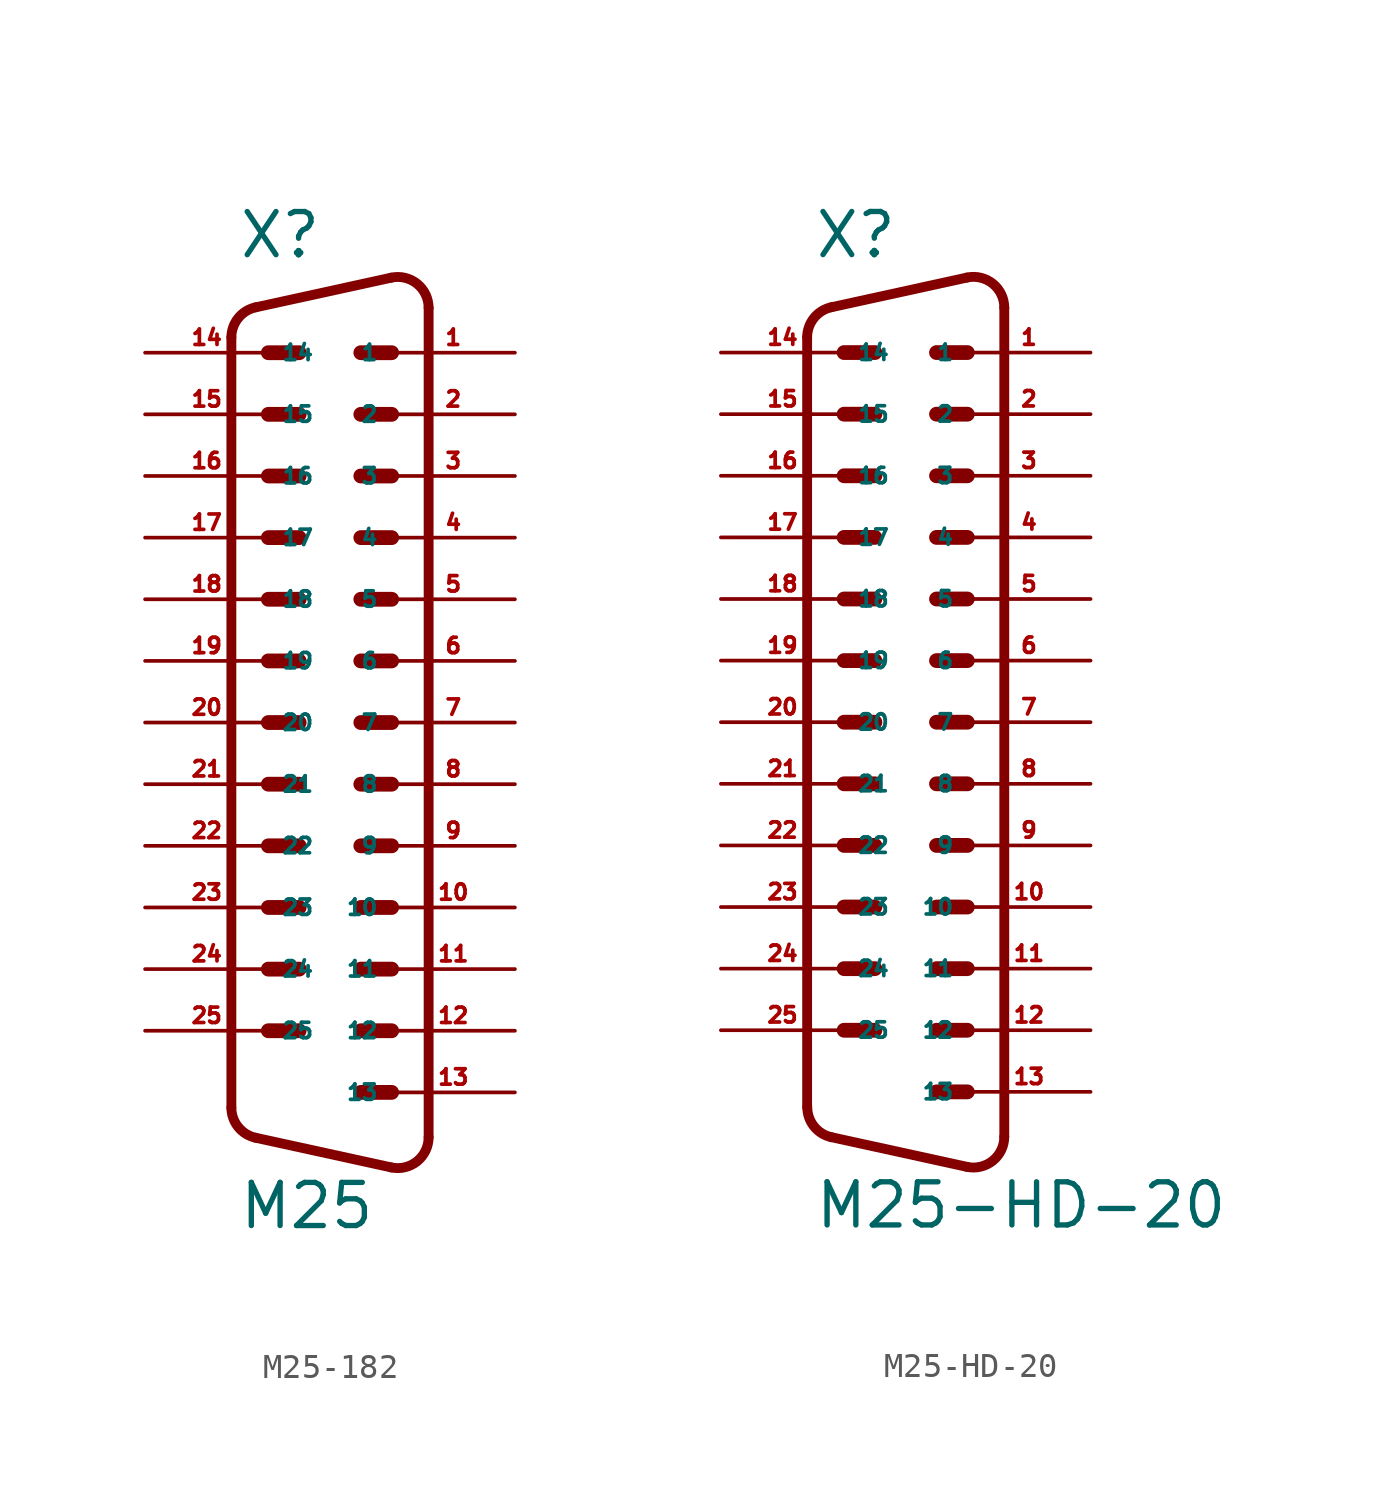
<source format=kicad_sym>
(kicad_symbol_lib
  (version 20220914)
  (generator Eagle2Kicad)
  (symbol "M25-182"
    (property "Reference" "X"
      (at -3.81 16.51 0)
      (effects (font (size 1.778 1.778) (thickness 0.22)) (justify left bottom)))
    (property "Value" "M25"
      (at -3.81 -23.495 0)
      (effects (font (size 1.778 1.778) (thickness 0.22)) (justify left bottom)))
    (polyline
      (pts (xy 1.27 12.7) (xy 2.54 12.7))
      (stroke (width 0.61) (type default))
      (fill (type none)))
    (polyline
      (pts (xy -2.54 12.7) (xy -1.27 12.7))
      (stroke (width 0.61) (type default))
      (fill (type none)))
    (polyline
      (pts (xy 1.27 7.62) (xy 2.54 7.62))
      (stroke (width 0.61) (type default))
      (fill (type none)))
    (polyline
      (pts (xy -2.54 10.16) (xy -1.27 10.16))
      (stroke (width 0.61) (type default))
      (fill (type none)))
    (polyline
      (pts (xy 1.27 2.54) (xy 2.54 2.54))
      (stroke (width 0.61) (type default))
      (fill (type none)))
    (polyline
      (pts (xy -2.54 7.62) (xy -1.27 7.62))
      (stroke (width 0.61) (type default))
      (fill (type none)))
    (polyline
      (pts (xy 1.27 -2.54) (xy 2.54 -2.54))
      (stroke (width 0.61) (type default))
      (fill (type none)))
    (polyline
      (pts (xy -2.54 5.08) (xy -1.27 5.08))
      (stroke (width 0.61) (type default))
      (fill (type none)))
    (polyline
      (pts (xy 1.27 -7.62) (xy 2.54 -7.62))
      (stroke (width 0.61) (type default))
      (fill (type none)))
    (polyline
      (pts (xy -2.54 2.54) (xy -1.27 2.54))
      (stroke (width 0.61) (type default))
      (fill (type none)))
    (polyline
      (pts (xy 1.27 -12.7) (xy 2.54 -12.7))
      (stroke (width 0.61) (type default))
      (fill (type none)))
    (polyline
      (pts (xy -2.54 0) (xy -1.27 0))
      (stroke (width 0.61) (type default))
      (fill (type none)))
    (polyline
      (pts (xy 1.27 -17.78) (xy 2.54 -17.78))
      (stroke (width 0.61) (type default))
      (fill (type none)))
    (polyline
      (pts (xy -2.54 -2.54) (xy -1.27 -2.54))
      (stroke (width 0.61) (type default))
      (fill (type none)))
    (polyline
      (pts (xy 1.27 10.16) (xy 2.54 10.16))
      (stroke (width 0.61) (type default))
      (fill (type none)))
    (polyline
      (pts (xy -2.54 -5.08) (xy -1.27 -5.08))
      (stroke (width 0.61) (type default))
      (fill (type none)))
    (polyline
      (pts (xy 1.27 5.08) (xy 2.54 5.08))
      (stroke (width 0.61) (type default))
      (fill (type none)))
    (polyline
      (pts (xy -2.54 -7.62) (xy -1.27 -7.62))
      (stroke (width 0.61) (type default))
      (fill (type none)))
    (polyline
      (pts (xy 1.27 0) (xy 2.54 0))
      (stroke (width 0.61) (type default))
      (fill (type none)))
    (polyline
      (pts (xy -2.54 -10.16) (xy -1.27 -10.16))
      (stroke (width 0.61) (type default))
      (fill (type none)))
    (polyline
      (pts (xy 1.27 -5.08) (xy 2.54 -5.08))
      (stroke (width 0.61) (type default))
      (fill (type none)))
    (polyline
      (pts (xy -2.54 -12.7) (xy -1.27 -12.7))
      (stroke (width 0.61) (type default))
      (fill (type none)))
    (polyline
      (pts (xy 1.27 -10.16) (xy 2.54 -10.16))
      (stroke (width 0.61) (type default))
      (fill (type none)))
    (polyline
      (pts (xy -2.54 -15.24) (xy -1.27 -15.24))
      (stroke (width 0.61) (type default))
      (fill (type none)))
    (polyline
      (pts (xy 1.27 -15.24) (xy 2.54 -15.24))
      (stroke (width 0.61) (type default))
      (fill (type none)))
    (arc
      (start 2.5226 -20.8718)
      (mid 3.590 -20.620)
      (end 4.0637 -19.6312)
      (stroke (width 0.4064) (type default))
      (fill (type none)))
    (polyline
      (pts (xy 2.523 -20.872) (xy -3.065 -19.649))
      (stroke (width 0.406) (type default))
      (fill (type none)))
    (arc
      (start -4.064 -18.4088)
      (mid -3.783 -19.205)
      (end -3.0654 -19.6494)
      (stroke (width 0.4064) (type default))
      (fill (type none)))
    (polyline
      (pts (xy -4.064 13.329) (xy -4.064 -18.409))
      (stroke (width 0.406) (type default))
      (fill (type none)))
    (arc
      (start -3.0654 14.5694)
      (mid -3.783 14.125)
      (end -4.064 13.3288)
      (stroke (width 0.4064) (type default))
      (fill (type none)))
    (polyline
      (pts (xy 4.064 14.551) (xy 4.064 -19.631))
      (stroke (width 0.406) (type default))
      (fill (type none)))
    (polyline
      (pts (xy 2.523 15.792) (xy -3.065 14.569))
      (stroke (width 0.406) (type default))
      (fill (type none)))
    (arc
      (start 4.064 14.5512)
      (mid 3.590 15.541)
      (end 2.5226 15.7919)
      (stroke (width 0.4064) (type default))
      (fill (type none)))
    (pin passive line
      (at 7.62 12.7 180)
      (length 5.08)
      (name "1" (effects (font (size 0.635 0.635) (thickness 0.08)) (justify left bottom)))
      (number "1" (effects (font (size 0.635 0.635) (thickness 0.08)) (justify left bottom))))
    (pin passive line
      (at -7.62 12.7 0)
      (length 5.08)
      (name "14" (effects (font (size 0.635 0.635) (thickness 0.08)) (justify left bottom)))
      (number "14" (effects (font (size 0.635 0.635) (thickness 0.08)) (justify left bottom))))
    (pin passive line
      (at 7.62 10.16 180)
      (length 5.08)
      (name "2" (effects (font (size 0.635 0.635) (thickness 0.08)) (justify left bottom)))
      (number "2" (effects (font (size 0.635 0.635) (thickness 0.08)) (justify left bottom))))
    (pin passive line
      (at -7.62 10.16 0)
      (length 5.08)
      (name "15" (effects (font (size 0.635 0.635) (thickness 0.08)) (justify left bottom)))
      (number "15" (effects (font (size 0.635 0.635) (thickness 0.08)) (justify left bottom))))
    (pin passive line
      (at 7.62 7.62 180)
      (length 5.08)
      (name "3" (effects (font (size 0.635 0.635) (thickness 0.08)) (justify left bottom)))
      (number "3" (effects (font (size 0.635 0.635) (thickness 0.08)) (justify left bottom))))
    (pin passive line
      (at -7.62 7.62 0)
      (length 5.08)
      (name "16" (effects (font (size 0.635 0.635) (thickness 0.08)) (justify left bottom)))
      (number "16" (effects (font (size 0.635 0.635) (thickness 0.08)) (justify left bottom))))
    (pin passive line
      (at 7.62 5.08 180)
      (length 5.08)
      (name "4" (effects (font (size 0.635 0.635) (thickness 0.08)) (justify left bottom)))
      (number "4" (effects (font (size 0.635 0.635) (thickness 0.08)) (justify left bottom))))
    (pin passive line
      (at -7.62 5.08 0)
      (length 5.08)
      (name "17" (effects (font (size 0.635 0.635) (thickness 0.08)) (justify left bottom)))
      (number "17" (effects (font (size 0.635 0.635) (thickness 0.08)) (justify left bottom))))
    (pin passive line
      (at 7.62 2.54 180)
      (length 5.08)
      (name "5" (effects (font (size 0.635 0.635) (thickness 0.08)) (justify left bottom)))
      (number "5" (effects (font (size 0.635 0.635) (thickness 0.08)) (justify left bottom))))
    (pin passive line
      (at -7.62 2.54 0)
      (length 5.08)
      (name "18" (effects (font (size 0.635 0.635) (thickness 0.08)) (justify left bottom)))
      (number "18" (effects (font (size 0.635 0.635) (thickness 0.08)) (justify left bottom))))
    (pin passive line
      (at 7.62 0 180)
      (length 5.08)
      (name "6" (effects (font (size 0.635 0.635) (thickness 0.08)) (justify left bottom)))
      (number "6" (effects (font (size 0.635 0.635) (thickness 0.08)) (justify left bottom))))
    (pin passive line
      (at -7.62 0 0)
      (length 5.08)
      (name "19" (effects (font (size 0.635 0.635) (thickness 0.08)) (justify left bottom)))
      (number "19" (effects (font (size 0.635 0.635) (thickness 0.08)) (justify left bottom))))
    (pin passive line
      (at 7.62 -2.54 180)
      (length 5.08)
      (name "7" (effects (font (size 0.635 0.635) (thickness 0.08)) (justify left bottom)))
      (number "7" (effects (font (size 0.635 0.635) (thickness 0.08)) (justify left bottom))))
    (pin passive line
      (at -7.62 -2.54 0)
      (length 5.08)
      (name "20" (effects (font (size 0.635 0.635) (thickness 0.08)) (justify left bottom)))
      (number "20" (effects (font (size 0.635 0.635) (thickness 0.08)) (justify left bottom))))
    (pin passive line
      (at 7.62 -5.08 180)
      (length 5.08)
      (name "8" (effects (font (size 0.635 0.635) (thickness 0.08)) (justify left bottom)))
      (number "8" (effects (font (size 0.635 0.635) (thickness 0.08)) (justify left bottom))))
    (pin passive line
      (at -7.62 -5.08 0)
      (length 5.08)
      (name "21" (effects (font (size 0.635 0.635) (thickness 0.08)) (justify left bottom)))
      (number "21" (effects (font (size 0.635 0.635) (thickness 0.08)) (justify left bottom))))
    (pin passive line
      (at 7.62 -7.62 180)
      (length 5.08)
      (name "9" (effects (font (size 0.635 0.635) (thickness 0.08)) (justify left bottom)))
      (number "9" (effects (font (size 0.635 0.635) (thickness 0.08)) (justify left bottom))))
    (pin passive line
      (at -7.62 -7.62 0)
      (length 5.08)
      (name "22" (effects (font (size 0.635 0.635) (thickness 0.08)) (justify left bottom)))
      (number "22" (effects (font (size 0.635 0.635) (thickness 0.08)) (justify left bottom))))
    (pin passive line
      (at 7.62 -10.16 180)
      (length 5.08)
      (name "10" (effects (font (size 0.635 0.635) (thickness 0.08)) (justify left bottom)))
      (number "10" (effects (font (size 0.635 0.635) (thickness 0.08)) (justify left bottom))))
    (pin passive line
      (at -7.62 -10.16 0)
      (length 5.08)
      (name "23" (effects (font (size 0.635 0.635) (thickness 0.08)) (justify left bottom)))
      (number "23" (effects (font (size 0.635 0.635) (thickness 0.08)) (justify left bottom))))
    (pin passive line
      (at 7.62 -12.7 180)
      (length 5.08)
      (name "11" (effects (font (size 0.635 0.635) (thickness 0.08)) (justify left bottom)))
      (number "11" (effects (font (size 0.635 0.635) (thickness 0.08)) (justify left bottom))))
    (pin passive line
      (at -7.62 -12.7 0)
      (length 5.08)
      (name "24" (effects (font (size 0.635 0.635) (thickness 0.08)) (justify left bottom)))
      (number "24" (effects (font (size 0.635 0.635) (thickness 0.08)) (justify left bottom))))
    (pin passive line
      (at 7.62 -15.24 180)
      (length 5.08)
      (name "12" (effects (font (size 0.635 0.635) (thickness 0.08)) (justify left bottom)))
      (number "12" (effects (font (size 0.635 0.635) (thickness 0.08)) (justify left bottom))))
    (pin passive line
      (at -7.62 -15.24 0)
      (length 5.08)
      (name "25" (effects (font (size 0.635 0.635) (thickness 0.08)) (justify left bottom)))
      (number "25" (effects (font (size 0.635 0.635) (thickness 0.08)) (justify left bottom))))
    (pin passive line
      (at 7.62 -17.78 180)
      (length 5.08)
      (name "13" (effects (font (size 0.635 0.635) (thickness 0.08)) (justify left bottom)))
      (number "13" (effects (font (size 0.635 0.635) (thickness 0.08)) (justify left bottom)))))
  (symbol "M25-HD-20"
    (property "Reference" "X"
      (at -3.81 16.51 0)
      (effects (font (size 1.778 1.778) (thickness 0.22)) (justify left bottom)))
    (property "Value" "M25-HD-20"
      (at -3.81 -23.495 0)
      (effects (font (size 1.778 1.778) (thickness 0.22)) (justify left bottom)))
    (polyline
      (pts (xy 1.27 12.7) (xy 2.54 12.7))
      (stroke (width 0.61) (type default))
      (fill (type none)))
    (polyline
      (pts (xy -2.54 12.7) (xy -1.27 12.7))
      (stroke (width 0.61) (type default))
      (fill (type none)))
    (polyline
      (pts (xy 1.27 7.62) (xy 2.54 7.62))
      (stroke (width 0.61) (type default))
      (fill (type none)))
    (polyline
      (pts (xy -2.54 10.16) (xy -1.27 10.16))
      (stroke (width 0.61) (type default))
      (fill (type none)))
    (polyline
      (pts (xy 1.27 2.54) (xy 2.54 2.54))
      (stroke (width 0.61) (type default))
      (fill (type none)))
    (polyline
      (pts (xy -2.54 7.62) (xy -1.27 7.62))
      (stroke (width 0.61) (type default))
      (fill (type none)))
    (polyline
      (pts (xy 1.27 -2.54) (xy 2.54 -2.54))
      (stroke (width 0.61) (type default))
      (fill (type none)))
    (polyline
      (pts (xy -2.54 5.08) (xy -1.27 5.08))
      (stroke (width 0.61) (type default))
      (fill (type none)))
    (polyline
      (pts (xy 1.27 -7.62) (xy 2.54 -7.62))
      (stroke (width 0.61) (type default))
      (fill (type none)))
    (polyline
      (pts (xy -2.54 2.54) (xy -1.27 2.54))
      (stroke (width 0.61) (type default))
      (fill (type none)))
    (polyline
      (pts (xy 1.27 -12.7) (xy 2.54 -12.7))
      (stroke (width 0.61) (type default))
      (fill (type none)))
    (polyline
      (pts (xy -2.54 0) (xy -1.27 0))
      (stroke (width 0.61) (type default))
      (fill (type none)))
    (polyline
      (pts (xy 1.27 -17.78) (xy 2.54 -17.78))
      (stroke (width 0.61) (type default))
      (fill (type none)))
    (polyline
      (pts (xy -2.54 -2.54) (xy -1.27 -2.54))
      (stroke (width 0.61) (type default))
      (fill (type none)))
    (polyline
      (pts (xy 1.27 10.16) (xy 2.54 10.16))
      (stroke (width 0.61) (type default))
      (fill (type none)))
    (polyline
      (pts (xy -2.54 -5.08) (xy -1.27 -5.08))
      (stroke (width 0.61) (type default))
      (fill (type none)))
    (polyline
      (pts (xy 1.27 5.08) (xy 2.54 5.08))
      (stroke (width 0.61) (type default))
      (fill (type none)))
    (polyline
      (pts (xy -2.54 -7.62) (xy -1.27 -7.62))
      (stroke (width 0.61) (type default))
      (fill (type none)))
    (polyline
      (pts (xy 1.27 0) (xy 2.54 0))
      (stroke (width 0.61) (type default))
      (fill (type none)))
    (polyline
      (pts (xy -2.54 -10.16) (xy -1.27 -10.16))
      (stroke (width 0.61) (type default))
      (fill (type none)))
    (polyline
      (pts (xy 1.27 -5.08) (xy 2.54 -5.08))
      (stroke (width 0.61) (type default))
      (fill (type none)))
    (polyline
      (pts (xy -2.54 -12.7) (xy -1.27 -12.7))
      (stroke (width 0.61) (type default))
      (fill (type none)))
    (polyline
      (pts (xy 1.27 -10.16) (xy 2.54 -10.16))
      (stroke (width 0.61) (type default))
      (fill (type none)))
    (polyline
      (pts (xy -2.54 -15.24) (xy -1.27 -15.24))
      (stroke (width 0.61) (type default))
      (fill (type none)))
    (polyline
      (pts (xy 1.27 -15.24) (xy 2.54 -15.24))
      (stroke (width 0.61) (type default))
      (fill (type none)))
    (arc
      (start 2.5226 -20.8718)
      (mid 3.590 -20.620)
      (end 4.0637 -19.6312)
      (stroke (width 0.4064) (type default))
      (fill (type none)))
    (polyline
      (pts (xy 2.523 -20.872) (xy -3.065 -19.649))
      (stroke (width 0.406) (type default))
      (fill (type none)))
    (arc
      (start -4.064 -18.4088)
      (mid -3.783 -19.205)
      (end -3.0654 -19.6494)
      (stroke (width 0.4064) (type default))
      (fill (type none)))
    (polyline
      (pts (xy -4.064 13.329) (xy -4.064 -18.409))
      (stroke (width 0.406) (type default))
      (fill (type none)))
    (arc
      (start -3.0654 14.5694)
      (mid -3.783 14.125)
      (end -4.064 13.3288)
      (stroke (width 0.4064) (type default))
      (fill (type none)))
    (polyline
      (pts (xy 4.064 14.551) (xy 4.064 -19.631))
      (stroke (width 0.406) (type default))
      (fill (type none)))
    (polyline
      (pts (xy 2.523 15.792) (xy -3.065 14.569))
      (stroke (width 0.406) (type default))
      (fill (type none)))
    (arc
      (start 4.064 14.5512)
      (mid 3.590 15.541)
      (end 2.5226 15.7919)
      (stroke (width 0.4064) (type default))
      (fill (type none)))
    (pin passive line
      (at 7.62 12.7 180)
      (length 5.08)
      (name "1" (effects (font (size 0.635 0.635) (thickness 0.08)) (justify left bottom)))
      (number "1" (effects (font (size 0.635 0.635) (thickness 0.08)) (justify left bottom))))
    (pin passive line
      (at -7.62 12.7 0)
      (length 5.08)
      (name "14" (effects (font (size 0.635 0.635) (thickness 0.08)) (justify left bottom)))
      (number "14" (effects (font (size 0.635 0.635) (thickness 0.08)) (justify left bottom))))
    (pin passive line
      (at 7.62 10.16 180)
      (length 5.08)
      (name "2" (effects (font (size 0.635 0.635) (thickness 0.08)) (justify left bottom)))
      (number "2" (effects (font (size 0.635 0.635) (thickness 0.08)) (justify left bottom))))
    (pin passive line
      (at -7.62 10.16 0)
      (length 5.08)
      (name "15" (effects (font (size 0.635 0.635) (thickness 0.08)) (justify left bottom)))
      (number "15" (effects (font (size 0.635 0.635) (thickness 0.08)) (justify left bottom))))
    (pin passive line
      (at 7.62 7.62 180)
      (length 5.08)
      (name "3" (effects (font (size 0.635 0.635) (thickness 0.08)) (justify left bottom)))
      (number "3" (effects (font (size 0.635 0.635) (thickness 0.08)) (justify left bottom))))
    (pin passive line
      (at -7.62 7.62 0)
      (length 5.08)
      (name "16" (effects (font (size 0.635 0.635) (thickness 0.08)) (justify left bottom)))
      (number "16" (effects (font (size 0.635 0.635) (thickness 0.08)) (justify left bottom))))
    (pin passive line
      (at 7.62 5.08 180)
      (length 5.08)
      (name "4" (effects (font (size 0.635 0.635) (thickness 0.08)) (justify left bottom)))
      (number "4" (effects (font (size 0.635 0.635) (thickness 0.08)) (justify left bottom))))
    (pin passive line
      (at -7.62 5.08 0)
      (length 5.08)
      (name "17" (effects (font (size 0.635 0.635) (thickness 0.08)) (justify left bottom)))
      (number "17" (effects (font (size 0.635 0.635) (thickness 0.08)) (justify left bottom))))
    (pin passive line
      (at 7.62 2.54 180)
      (length 5.08)
      (name "5" (effects (font (size 0.635 0.635) (thickness 0.08)) (justify left bottom)))
      (number "5" (effects (font (size 0.635 0.635) (thickness 0.08)) (justify left bottom))))
    (pin passive line
      (at -7.62 2.54 0)
      (length 5.08)
      (name "18" (effects (font (size 0.635 0.635) (thickness 0.08)) (justify left bottom)))
      (number "18" (effects (font (size 0.635 0.635) (thickness 0.08)) (justify left bottom))))
    (pin passive line
      (at 7.62 0 180)
      (length 5.08)
      (name "6" (effects (font (size 0.635 0.635) (thickness 0.08)) (justify left bottom)))
      (number "6" (effects (font (size 0.635 0.635) (thickness 0.08)) (justify left bottom))))
    (pin passive line
      (at -7.62 0 0)
      (length 5.08)
      (name "19" (effects (font (size 0.635 0.635) (thickness 0.08)) (justify left bottom)))
      (number "19" (effects (font (size 0.635 0.635) (thickness 0.08)) (justify left bottom))))
    (pin passive line
      (at 7.62 -2.54 180)
      (length 5.08)
      (name "7" (effects (font (size 0.635 0.635) (thickness 0.08)) (justify left bottom)))
      (number "7" (effects (font (size 0.635 0.635) (thickness 0.08)) (justify left bottom))))
    (pin passive line
      (at -7.62 -2.54 0)
      (length 5.08)
      (name "20" (effects (font (size 0.635 0.635) (thickness 0.08)) (justify left bottom)))
      (number "20" (effects (font (size 0.635 0.635) (thickness 0.08)) (justify left bottom))))
    (pin passive line
      (at 7.62 -5.08 180)
      (length 5.08)
      (name "8" (effects (font (size 0.635 0.635) (thickness 0.08)) (justify left bottom)))
      (number "8" (effects (font (size 0.635 0.635) (thickness 0.08)) (justify left bottom))))
    (pin passive line
      (at -7.62 -5.08 0)
      (length 5.08)
      (name "21" (effects (font (size 0.635 0.635) (thickness 0.08)) (justify left bottom)))
      (number "21" (effects (font (size 0.635 0.635) (thickness 0.08)) (justify left bottom))))
    (pin passive line
      (at 7.62 -7.62 180)
      (length 5.08)
      (name "9" (effects (font (size 0.635 0.635) (thickness 0.08)) (justify left bottom)))
      (number "9" (effects (font (size 0.635 0.635) (thickness 0.08)) (justify left bottom))))
    (pin passive line
      (at -7.62 -7.62 0)
      (length 5.08)
      (name "22" (effects (font (size 0.635 0.635) (thickness 0.08)) (justify left bottom)))
      (number "22" (effects (font (size 0.635 0.635) (thickness 0.08)) (justify left bottom))))
    (pin passive line
      (at 7.62 -10.16 180)
      (length 5.08)
      (name "10" (effects (font (size 0.635 0.635) (thickness 0.08)) (justify left bottom)))
      (number "10" (effects (font (size 0.635 0.635) (thickness 0.08)) (justify left bottom))))
    (pin passive line
      (at -7.62 -10.16 0)
      (length 5.08)
      (name "23" (effects (font (size 0.635 0.635) (thickness 0.08)) (justify left bottom)))
      (number "23" (effects (font (size 0.635 0.635) (thickness 0.08)) (justify left bottom))))
    (pin passive line
      (at 7.62 -12.7 180)
      (length 5.08)
      (name "11" (effects (font (size 0.635 0.635) (thickness 0.08)) (justify left bottom)))
      (number "11" (effects (font (size 0.635 0.635) (thickness 0.08)) (justify left bottom))))
    (pin passive line
      (at -7.62 -12.7 0)
      (length 5.08)
      (name "24" (effects (font (size 0.635 0.635) (thickness 0.08)) (justify left bottom)))
      (number "24" (effects (font (size 0.635 0.635) (thickness 0.08)) (justify left bottom))))
    (pin passive line
      (at 7.62 -15.24 180)
      (length 5.08)
      (name "12" (effects (font (size 0.635 0.635) (thickness 0.08)) (justify left bottom)))
      (number "12" (effects (font (size 0.635 0.635) (thickness 0.08)) (justify left bottom))))
    (pin passive line
      (at -7.62 -15.24 0)
      (length 5.08)
      (name "25" (effects (font (size 0.635 0.635) (thickness 0.08)) (justify left bottom)))
      (number "25" (effects (font (size 0.635 0.635) (thickness 0.08)) (justify left bottom))))
    (pin passive line
      (at 7.62 -17.78 180)
      (length 5.08)
      (name "13" (effects (font (size 0.635 0.635) (thickness 0.08)) (justify left bottom)))
      (number "13" (effects (font (size 0.635 0.635) (thickness 0.08)) (justify left bottom))))))
</source>
